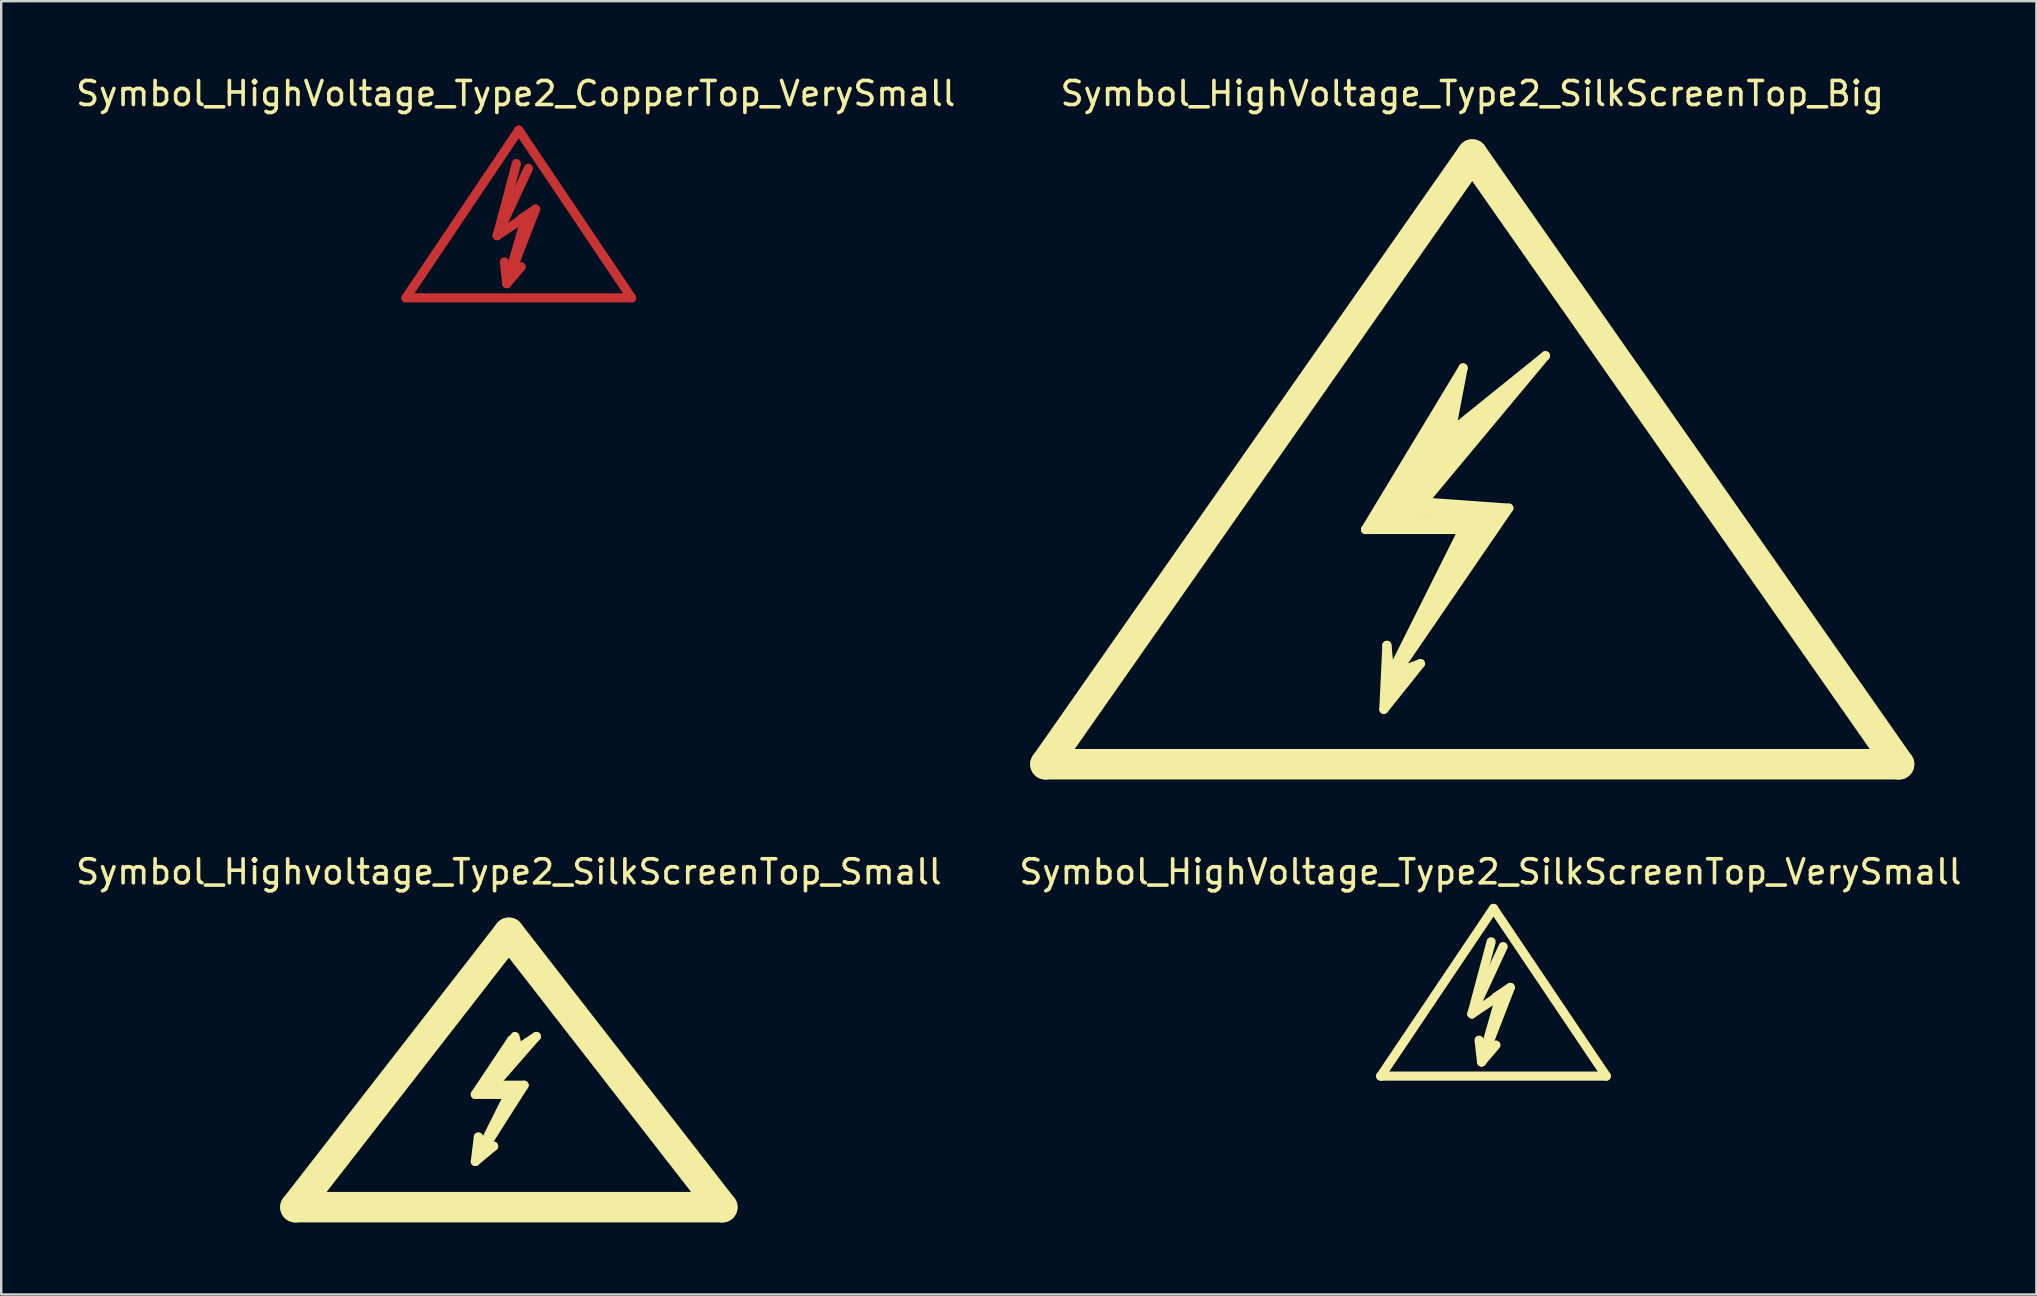
<source format=kicad_pcb>
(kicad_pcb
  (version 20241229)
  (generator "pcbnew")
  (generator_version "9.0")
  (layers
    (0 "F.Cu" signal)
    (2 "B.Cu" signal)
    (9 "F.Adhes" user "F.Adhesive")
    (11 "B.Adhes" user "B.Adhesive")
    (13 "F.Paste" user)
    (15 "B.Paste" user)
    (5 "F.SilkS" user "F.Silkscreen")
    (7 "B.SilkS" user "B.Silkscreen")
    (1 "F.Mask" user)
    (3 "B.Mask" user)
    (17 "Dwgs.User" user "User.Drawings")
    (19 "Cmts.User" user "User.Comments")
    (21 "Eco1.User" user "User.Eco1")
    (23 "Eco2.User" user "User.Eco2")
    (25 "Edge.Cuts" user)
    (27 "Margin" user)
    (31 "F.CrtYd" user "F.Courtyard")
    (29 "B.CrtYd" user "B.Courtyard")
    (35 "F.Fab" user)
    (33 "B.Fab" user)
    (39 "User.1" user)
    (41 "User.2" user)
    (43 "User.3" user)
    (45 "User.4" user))
  (footprint "Symbol_HighVoltage_Type2_SilkScreenTop_Big"
    (layer "F.Cu")
    (at 58.284 18.628)
    (property "Reference" "Symbol_HighVoltage_Type2_SilkScreenTop_Big" (at 0 -17.78 0) (layer "F.SilkS") (effects (font (size 1 1) (thickness 0.15))))
    (attr exclude_from_pos_files exclude_from_bom)
    (fp_line (start -17.78 10.16) (end 0 -15.24) (stroke (width 1.27) (type solid)) (layer "F.SilkS"))
    (fp_line (start -4.445 0.381) (end -0.381 0.381) (stroke (width 0.381) (type solid)) (layer "F.SilkS"))
    (fp_line (start -4.064 0.254) (end -0.889 -4.318) (stroke (width 0.381) (type solid)) (layer "F.SilkS"))
    (fp_line (start -3.683 0.127) (end -1.016 -3.556) (stroke (width 0.381) (type solid)) (layer "F.SilkS"))
    (fp_line (start -3.683 7.874) (end -2.159 5.969) (stroke (width 0.381) (type solid)) (layer "F.SilkS"))
    (fp_line (start -3.556 5.207) (end -3.683 7.874) (stroke (width 0.381) (type solid)) (layer "F.SilkS"))
    (fp_line (start -3.556 7.239) (end -3.175 6.35) (stroke (width 0.381) (type solid)) (layer "F.SilkS"))
    (fp_line (start -3.429 6.477) (end -3.556 5.207) (stroke (width 0.381) (type solid)) (layer "F.SilkS"))
    (fp_line (start -3.302 0.127) (end 1.397 -5.207) (stroke (width 0.381) (type solid)) (layer "F.SilkS"))
    (fp_line (start -3.175 6.096) (end -3.048 6.223) (stroke (width 0.381) (type solid)) (layer "F.SilkS"))
    (fp_line (start -3.175 6.35) (end -3.048 5.969) (stroke (width 0.381) (type solid)) (layer "F.SilkS"))
    (fp_line (start -3.175 6.35) (end 1.524 -0.508) (stroke (width 0.381) (type solid)) (layer "F.SilkS"))
    (fp_line (start -3.048 5.969) (end -3.175 6.096) (stroke (width 0.381) (type solid)) (layer "F.SilkS"))
    (fp_line (start -2.921 0.254) (end 0.762 0.127) (stroke (width 0.381) (type solid)) (layer "F.SilkS"))
    (fp_line (start -2.794 6.477) (end -3.556 7.239) (stroke (width 0.381) (type solid)) (layer "F.SilkS"))
    (fp_line (start -2.667 5.461) (end 0.127 0.127) (stroke (width 0.381) (type solid)) (layer "F.SilkS"))
    (fp_line (start -2.413 0) (end 0.635 -0.127) (stroke (width 0.381) (type solid)) (layer "F.SilkS"))
    (fp_line (start -2.286 -1.524) (end 0.254 -4.445) (stroke (width 0.381) (type solid)) (layer "F.SilkS"))
    (fp_line (start -2.286 -1.016) (end -2.032 -0.381) (stroke (width 0.381) (type solid)) (layer "F.SilkS"))
    (fp_line (start -2.286 -0.381) (end -2.413 0) (stroke (width 0.381) (type solid)) (layer "F.SilkS"))
    (fp_line (start -2.159 5.969) (end -3.175 6.35) (stroke (width 0.381) (type solid)) (layer "F.SilkS"))
    (fp_line (start -2.032 -0.762) (end 3.048 -6.858) (stroke (width 0.381) (type solid)) (layer "F.SilkS"))
    (fp_line (start -1.016 -3.556) (end -3.302 0.127) (stroke (width 0.381) (type solid)) (layer "F.SilkS"))
    (fp_line (start -0.889 -4.318) (end -3.683 0.127) (stroke (width 0.381) (type solid)) (layer "F.SilkS"))
    (fp_line (start -0.889 -3.683) (end -0.381 -6.35) (stroke (width 0.381) (type solid)) (layer "F.SilkS"))
    (fp_line (start -0.762 -5.588) (end -0.889 -4.953) (stroke (width 0.381) (type solid)) (layer "F.SilkS"))
    (fp_line (start -0.762 -5.08) (end -4.064 0.254) (stroke (width 0.381) (type solid)) (layer "F.SilkS"))
    (fp_line (start -0.381 -6.35) (end -4.445 0.381) (stroke (width 0.381) (type solid)) (layer "F.SilkS"))
    (fp_line (start -0.381 0.381) (end -3.429 6.477) (stroke (width 0.381) (type solid)) (layer "F.SilkS"))
    (fp_line (start 0 -15.24) (end 17.78 10.16) (stroke (width 1.27) (type solid)) (layer "F.SilkS"))
    (fp_line (start 0.127 0.127) (end 0.762 0.127) (stroke (width 0.381) (type solid)) (layer "F.SilkS"))
    (fp_line (start 0.254 -4.445) (end -2.921 0.254) (stroke (width 0.381) (type solid)) (layer "F.SilkS"))
    (fp_line (start 0.635 -0.127) (end -2.667 5.461) (stroke (width 0.381) (type solid)) (layer "F.SilkS"))
    (fp_line (start 0.762 0.127) (end -0.508 2.159) (stroke (width 0.381) (type solid)) (layer "F.SilkS"))
    (fp_line (start 0.762 0.127) (end 1.143 -0.381) (stroke (width 0.381) (type solid)) (layer "F.SilkS"))
    (fp_line (start 1.143 -0.381) (end -2.286 -0.381) (stroke (width 0.381) (type solid)) (layer "F.SilkS"))
    (fp_line (start 1.397 -5.207) (end -2.286 -1.524) (stroke (width 0.381) (type solid)) (layer "F.SilkS"))
    (fp_line (start 1.524 -0.508) (end -2.032 -0.762) (stroke (width 0.381) (type solid)) (layer "F.SilkS"))
    (fp_line (start 1.778 -5.461) (end -1.143 -3.175) (stroke (width 0.381) (type solid)) (layer "F.SilkS"))
    (fp_line (start 3.048 -6.858) (end -0.889 -3.683) (stroke (width 0.381) (type solid)) (layer "F.SilkS"))
    (fp_line (start 17.78 10.16) (end -17.78 10.16) (stroke (width 1.27) (type solid)) (layer "F.SilkS")))
  (footprint "Symbol_Highvoltage_Type2_SilkScreenTop_Small"
    (layer "F.Cu")
    (at 18.149 43.431)
    (property "Reference" "Symbol_Highvoltage_Type2_SilkScreenTop_Small" (at 0 -10.16 0) (layer "F.SilkS") (effects (font (size 1 1) (thickness 0.15))))
    (attr exclude_from_pos_files exclude_from_bom)
    (fp_line (start -8.89 3.81) (end 0 -7.62) (stroke (width 1.27) (type solid)) (layer "F.SilkS"))
    (fp_line (start -1.397 -0.889) (end 0 -0.889) (stroke (width 0.381) (type solid)) (layer "F.SilkS"))
    (fp_line (start -1.397 1.905) (end -0.635 1.27) (stroke (width 0.381) (type solid)) (layer "F.SilkS"))
    (fp_line (start -1.27 0.889) (end -1.397 1.905) (stroke (width 0.381) (type solid)) (layer "F.SilkS"))
    (fp_line (start -1.143 1.397) (end -1.27 0.889) (stroke (width 0.381) (type solid)) (layer "F.SilkS"))
    (fp_line (start -1.143 1.524) (end 0.635 -1.27) (stroke (width 0.381) (type solid)) (layer "F.SilkS"))
    (fp_line (start -1.016 -1.016) (end 0.254 -1.016) (stroke (width 0.381) (type solid)) (layer "F.SilkS"))
    (fp_line (start -0.635 -1.27) (end 1.143 -3.302) (stroke (width 0.381) (type solid)) (layer "F.SilkS"))
    (fp_line (start -0.635 1.27) (end -1.143 1.524) (stroke (width 0.381) (type solid)) (layer "F.SilkS"))
    (fp_line (start 0 -7.62) (end 8.89 3.81) (stroke (width 1.27) (type solid)) (layer "F.SilkS"))
    (fp_line (start 0 -0.889) (end -1.143 1.397) (stroke (width 0.381) (type solid)) (layer "F.SilkS"))
    (fp_line (start 0.127 -3.175) (end -1.397 -0.889) (stroke (width 0.381) (type solid)) (layer "F.SilkS"))
    (fp_line (start 0.381 -2.921) (end -1.016 -1.016) (stroke (width 0.381) (type solid)) (layer "F.SilkS"))
    (fp_line (start 0.381 -2.794) (end 0.254 -3.302) (stroke (width 0.381) (type solid)) (layer "F.SilkS"))
    (fp_line (start 0.635 -1.27) (end -0.635 -1.27) (stroke (width 0.381) (type solid)) (layer "F.SilkS"))
    (fp_line (start 1.143 -3.302) (end 0.381 -2.794) (stroke (width 0.381) (type solid)) (layer "F.SilkS"))
    (fp_line (start 8.89 3.81) (end -8.89 3.81) (stroke (width 1.27) (type solid)) (layer "F.SilkS")))
  (footprint "Symbol_HighVoltage_Type2_SilkScreenTop_VerySmall"
    (layer "F.Cu")
    (at 59.169 38.986)
    (property "Reference" "Symbol_HighVoltage_Type2_SilkScreenTop_VerySmall" (at -0.127 -5.715 0) (layer "F.SilkS") (effects (font (size 1 1) (thickness 0.15))))
    (attr exclude_from_pos_files exclude_from_bom)
    (fp_line (start -4.699 2.794) (end 0 -4.191) (stroke (width 0.381) (type solid)) (layer "F.SilkS"))
    (fp_line (start -0.899 0.201) (end 0.3 -0.599) (stroke (width 0.381) (type solid)) (layer "F.SilkS"))
    (fp_line (start -0.899 0.201) (end 0.401 -2.601) (stroke (width 0.381) (type solid)) (layer "F.SilkS"))
    (fp_line (start -0.498 2.2) (end -0.599 1.3) (stroke (width 0.381) (type solid)) (layer "F.SilkS"))
    (fp_line (start -0.498 2.2) (end 0.102 1.501) (stroke (width 0.381) (type solid)) (layer "F.SilkS"))
    (fp_line (start -0.498 2.2) (end 0.701 -0.899) (stroke (width 0.381) (type solid)) (layer "F.SilkS"))
    (fp_line (start -0.099 -2.799) (end -0.899 0.201) (stroke (width 0.381) (type solid)) (layer "F.SilkS"))
    (fp_line (start 0 -4.191) (end 4.699 2.794) (stroke (width 0.381) (type solid)) (layer "F.SilkS"))
    (fp_line (start 0.3 -0.599) (end -0.498 2.2) (stroke (width 0.381) (type solid)) (layer "F.SilkS"))
    (fp_line (start 0.701 -0.899) (end 0.102 -0.5) (stroke (width 0.381) (type solid)) (layer "F.SilkS"))
    (fp_line (start 4.699 2.794) (end -4.699 2.794) (stroke (width 0.381) (type solid)) (layer "F.SilkS")))
  (footprint "Symbol_HighVoltage_Type2_CopperTop_VerySmall"
    (layer "F.Cu")
    (at 18.562 6.563)
    (property "Reference" "Symbol_HighVoltage_Type2_CopperTop_VerySmall" (at -0.127 -5.715 0) (layer "F.SilkS") (effects (font (size 1 1) (thickness 0.15))))
    (attr exclude_from_pos_files exclude_from_bom)
    (fp_line (start -4.699 2.794) (end 0 -4.191) (stroke (width 0.381) (type solid)) (layer "F.Cu"))
    (fp_line (start -0.899 0.201) (end 0.3 -0.599) (stroke (width 0.381) (type solid)) (layer "F.Cu"))
    (fp_line (start -0.899 0.201) (end 0.401 -2.601) (stroke (width 0.381) (type solid)) (layer "F.Cu"))
    (fp_line (start -0.498 2.2) (end -0.599 1.3) (stroke (width 0.381) (type solid)) (layer "F.Cu"))
    (fp_line (start -0.498 2.2) (end 0.102 1.501) (stroke (width 0.381) (type solid)) (layer "F.Cu"))
    (fp_line (start -0.498 2.2) (end 0.701 -0.899) (stroke (width 0.381) (type solid)) (layer "F.Cu"))
    (fp_line (start -0.099 -2.799) (end -0.899 0.201) (stroke (width 0.381) (type solid)) (layer "F.Cu"))
    (fp_line (start 0 -4.191) (end 4.699 2.794) (stroke (width 0.381) (type solid)) (layer "F.Cu"))
    (fp_line (start 0.3 -0.599) (end -0.498 2.2) (stroke (width 0.381) (type solid)) (layer "F.Cu"))
    (fp_line (start 0.701 -0.899) (end 0.102 -0.5) (stroke (width 0.381) (type solid)) (layer "F.Cu"))
    (fp_line (start 4.699 2.794) (end -4.699 2.794) (stroke (width 0.381) (type solid)) (layer "F.Cu")))
  (gr_rect
    (start -3 -3)
    (end 81.786 50.877)
    (stroke (width 0.1) (type default))
    (fill no)
    (layer "Edge.Cuts")))
</source>
